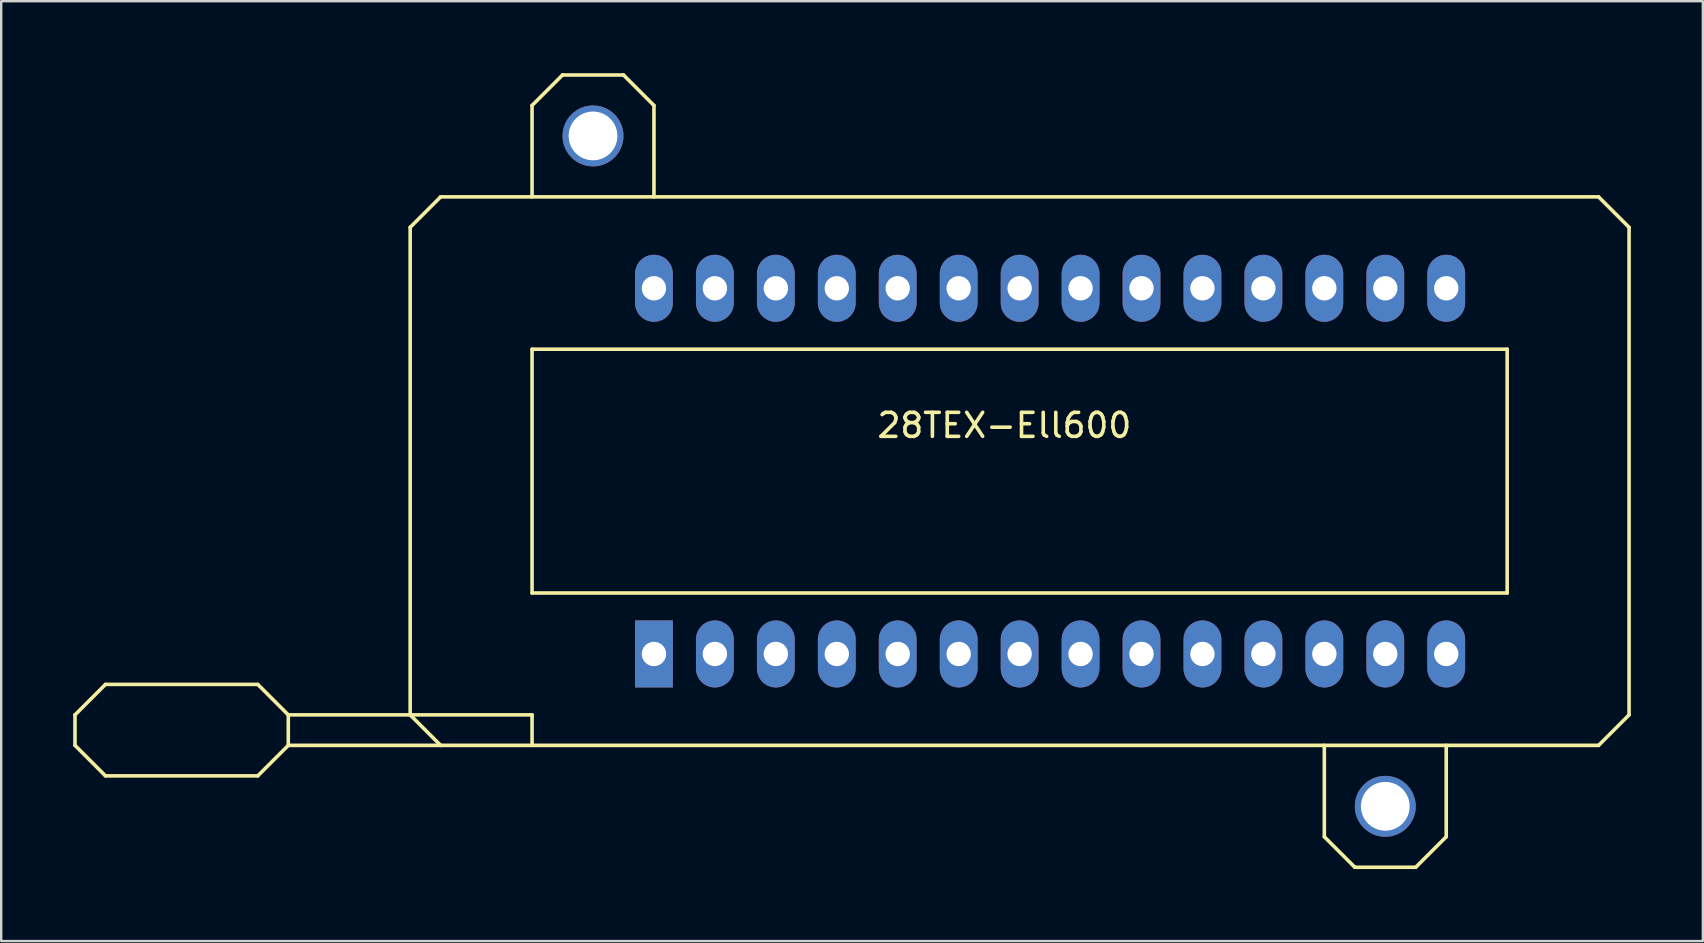
<source format=kicad_pcb>
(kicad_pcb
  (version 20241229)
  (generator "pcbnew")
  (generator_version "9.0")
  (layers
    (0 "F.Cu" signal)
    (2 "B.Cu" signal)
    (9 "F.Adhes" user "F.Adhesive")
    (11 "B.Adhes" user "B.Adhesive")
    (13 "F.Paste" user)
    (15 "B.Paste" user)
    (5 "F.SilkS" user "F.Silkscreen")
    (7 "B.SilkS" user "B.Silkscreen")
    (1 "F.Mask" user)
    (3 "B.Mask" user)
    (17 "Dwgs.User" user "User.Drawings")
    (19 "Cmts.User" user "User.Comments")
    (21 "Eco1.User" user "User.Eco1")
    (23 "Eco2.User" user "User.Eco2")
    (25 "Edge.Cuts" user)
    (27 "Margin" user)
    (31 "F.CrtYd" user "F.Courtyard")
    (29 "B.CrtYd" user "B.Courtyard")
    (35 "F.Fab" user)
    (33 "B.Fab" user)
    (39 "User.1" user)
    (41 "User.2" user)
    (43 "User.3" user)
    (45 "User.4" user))
  (footprint "28TEX-Ell600"
    (layer "F.Cu")
    (at 40.715 16.585)
    (property "Reference" "28TEX-Ell600" (at -1.905 -1.905 0) (layer "F.SilkS") (effects (font (size 1 1) (thickness 0.15))))
    (attr through_hole)
    (fp_line (start -40.64 10.16) (end -40.64 11.43) (stroke (width 0.15) (type solid)) (layer "F.SilkS"))
    (fp_line (start -40.64 11.43) (end -39.37 12.7) (stroke (width 0.15) (type solid)) (layer "F.SilkS"))
    (fp_line (start -39.37 8.89) (end -40.64 10.16) (stroke (width 0.15) (type solid)) (layer "F.SilkS"))
    (fp_line (start -39.37 12.7) (end -33.02 12.7) (stroke (width 0.15) (type solid)) (layer "F.SilkS"))
    (fp_line (start -33.02 8.89) (end -39.37 8.89) (stroke (width 0.15) (type solid)) (layer "F.SilkS"))
    (fp_line (start -33.02 12.7) (end -31.75 11.43) (stroke (width 0.15) (type solid)) (layer "F.SilkS"))
    (fp_line (start -31.75 10.16) (end -33.02 8.89) (stroke (width 0.15) (type solid)) (layer "F.SilkS"))
    (fp_line (start -31.75 10.16) (end -21.59 10.16) (stroke (width 0.15) (type solid)) (layer "F.SilkS"))
    (fp_line (start -31.75 11.43) (end -31.75 10.16) (stroke (width 0.15) (type solid)) (layer "F.SilkS"))
    (fp_line (start -31.75 11.43) (end -25.4 11.43) (stroke (width 0.15) (type solid)) (layer "F.SilkS"))
    (fp_line (start -26.67 -10.16) (end -26.67 10.16) (stroke (width 0.15) (type solid)) (layer "F.SilkS"))
    (fp_line (start -26.67 10.16) (end -25.4 11.43) (stroke (width 0.15) (type solid)) (layer "F.SilkS"))
    (fp_line (start -25.4 -11.43) (end -26.67 -10.16) (stroke (width 0.15) (type solid)) (layer "F.SilkS"))
    (fp_line (start -25.4 11.43) (end 22.86 11.43) (stroke (width 0.15) (type solid)) (layer "F.SilkS"))
    (fp_line (start -21.59 -15.24) (end -21.59 -11.43) (stroke (width 0.15) (type solid)) (layer "F.SilkS"))
    (fp_line (start -21.59 -5.08) (end -21.59 5.08) (stroke (width 0.15) (type solid)) (layer "F.SilkS"))
    (fp_line (start -21.59 5.08) (end 19.05 5.08) (stroke (width 0.15) (type solid)) (layer "F.SilkS"))
    (fp_line (start -21.59 10.16) (end -21.59 11.43) (stroke (width 0.15) (type solid)) (layer "F.SilkS"))
    (fp_line (start -20.32 -16.51) (end -21.59 -15.24) (stroke (width 0.15) (type solid)) (layer "F.SilkS"))
    (fp_line (start -17.78 -16.51) (end -20.32 -16.51) (stroke (width 0.15) (type solid)) (layer "F.SilkS"))
    (fp_line (start -16.51 -15.24) (end -17.78 -16.51) (stroke (width 0.15) (type solid)) (layer "F.SilkS"))
    (fp_line (start -16.51 -11.43) (end -16.51 -15.24) (stroke (width 0.15) (type solid)) (layer "F.SilkS"))
    (fp_line (start 11.43 15.24) (end 11.43 11.43) (stroke (width 0.15) (type solid)) (layer "F.SilkS"))
    (fp_line (start 12.7 16.51) (end 11.43 15.24) (stroke (width 0.15) (type solid)) (layer "F.SilkS"))
    (fp_line (start 15.24 16.51) (end 12.7 16.51) (stroke (width 0.15) (type solid)) (layer "F.SilkS"))
    (fp_line (start 16.51 11.43) (end 16.51 15.24) (stroke (width 0.15) (type solid)) (layer "F.SilkS"))
    (fp_line (start 16.51 15.24) (end 15.24 16.51) (stroke (width 0.15) (type solid)) (layer "F.SilkS"))
    (fp_line (start 19.05 -5.08) (end -21.59 -5.08) (stroke (width 0.15) (type solid)) (layer "F.SilkS"))
    (fp_line (start 19.05 5.08) (end 19.05 -5.08) (stroke (width 0.15) (type solid)) (layer "F.SilkS"))
    (fp_line (start 22.86 -11.43) (end -25.4 -11.43) (stroke (width 0.15) (type solid)) (layer "F.SilkS"))
    (fp_line (start 22.86 11.43) (end 24.13 10.16) (stroke (width 0.15) (type solid)) (layer "F.SilkS"))
    (fp_line (start 24.13 -10.16) (end 22.86 -11.43) (stroke (width 0.15) (type solid)) (layer "F.SilkS"))
    (fp_line (start 24.13 10.16) (end 24.13 -10.16) (stroke (width 0.15) (type solid)) (layer "F.SilkS"))
    (pad "1" thru_hole rect (at -16.51 7.62) (size 1.575 2.794) (drill 1.016) (layers "*.Cu" "*.Mask"))
    (pad "2" thru_hole oval (at -13.97 7.62) (size 1.575 2.794) (drill 1.016) (layers "*.Cu" "*.Mask"))
    (pad "3" thru_hole oval (at -11.43 7.62) (size 1.575 2.794) (drill 1.016) (layers "*.Cu" "*.Mask"))
    (pad "4" thru_hole oval (at -8.89 7.62) (size 1.575 2.794) (drill 1.016) (layers "*.Cu" "*.Mask"))
    (pad "5" thru_hole oval (at -6.35 7.62) (size 1.575 2.794) (drill 1.016) (layers "*.Cu" "*.Mask"))
    (pad "6" thru_hole oval (at -3.81 7.62) (size 1.575 2.794) (drill 1.016) (layers "*.Cu" "*.Mask"))
    (pad "7" thru_hole oval (at -1.27 7.62) (size 1.575 2.794) (drill 1.016) (layers "*.Cu" "*.Mask"))
    (pad "8" thru_hole oval (at 1.27 7.62) (size 1.575 2.794) (drill 1.016) (layers "*.Cu" "*.Mask"))
    (pad "9" thru_hole oval (at 3.81 7.62) (size 1.575 2.794) (drill 1.016) (layers "*.Cu" "*.Mask"))
    (pad "10" thru_hole oval (at 6.35 7.62) (size 1.575 2.794) (drill 1.016) (layers "*.Cu" "*.Mask"))
    (pad "11" thru_hole oval (at 8.89 7.62) (size 1.575 2.794) (drill 1.016) (layers "*.Cu" "*.Mask"))
    (pad "12" thru_hole oval (at 11.43 7.62) (size 1.575 2.794) (drill 1.016) (layers "*.Cu" "*.Mask"))
    (pad "13" thru_hole oval (at 13.97 7.62) (size 1.575 2.794) (drill 1.016) (layers "*.Cu" "*.Mask"))
    (pad "14" thru_hole oval (at 16.51 7.62) (size 1.575 2.794) (drill 1.016) (layers "*.Cu" "*.Mask"))
    (pad "15" thru_hole oval (at 16.51 -7.62) (size 1.575 2.794) (drill 1.016) (layers "*.Cu" "*.Mask"))
    (pad "16" thru_hole oval (at 13.97 -7.62) (size 1.575 2.794) (drill 1.016) (layers "*.Cu" "*.Mask"))
    (pad "17" thru_hole oval (at 11.43 -7.62) (size 1.575 2.794) (drill 1.016) (layers "*.Cu" "*.Mask"))
    (pad "18" thru_hole oval (at 8.89 -7.62) (size 1.575 2.794) (drill 1.016) (layers "*.Cu" "*.Mask"))
    (pad "19" thru_hole oval (at 6.35 -7.62) (size 1.575 2.794) (drill 1.016) (layers "*.Cu" "*.Mask"))
    (pad "20" thru_hole oval (at 3.81 -7.62) (size 1.575 2.794) (drill 1.016) (layers "*.Cu" "*.Mask"))
    (pad "21" thru_hole oval (at 1.27 -7.62) (size 1.575 2.794) (drill 1.016) (layers "*.Cu" "*.Mask"))
    (pad "22" thru_hole oval (at -1.27 -7.62) (size 1.575 2.794) (drill 1.016) (layers "*.Cu" "*.Mask"))
    (pad "23" thru_hole oval (at -3.81 -7.62) (size 1.575 2.794) (drill 1.016) (layers "*.Cu" "*.Mask"))
    (pad "24" thru_hole oval (at -6.35 -7.62) (size 1.575 2.794) (drill 1.016) (layers "*.Cu" "*.Mask"))
    (pad "25" thru_hole oval (at -8.89 -7.62) (size 1.575 2.794) (drill 1.016) (layers "*.Cu" "*.Mask"))
    (pad "26" thru_hole oval (at -11.43 -7.62) (size 1.575 2.794) (drill 1.016) (layers "*.Cu" "*.Mask"))
    (pad "27" thru_hole oval (at -13.97 -7.62) (size 1.575 2.794) (drill 1.016) (layers "*.Cu" "*.Mask"))
    (pad "28" thru_hole oval (at -16.51 -7.62) (size 1.575 2.794) (drill 1.016) (layers "*.Cu" "*.Mask"))
    (pad "HOLE" thru_hole circle (at -19.05 -13.97) (size 2.54 2.54) (drill 2.032) (layers "*.Cu" "*.Mask"))
    (pad "HOLE" thru_hole circle (at 13.97 13.97) (size 2.54 2.54) (drill 2.032) (layers "*.Cu" "*.Mask")))
  (gr_rect
    (start -3 -3)
    (end 67.92 36.17)
    (stroke (width 0.1) (type default))
    (fill no)
    (layer "Edge.Cuts")))
</source>
